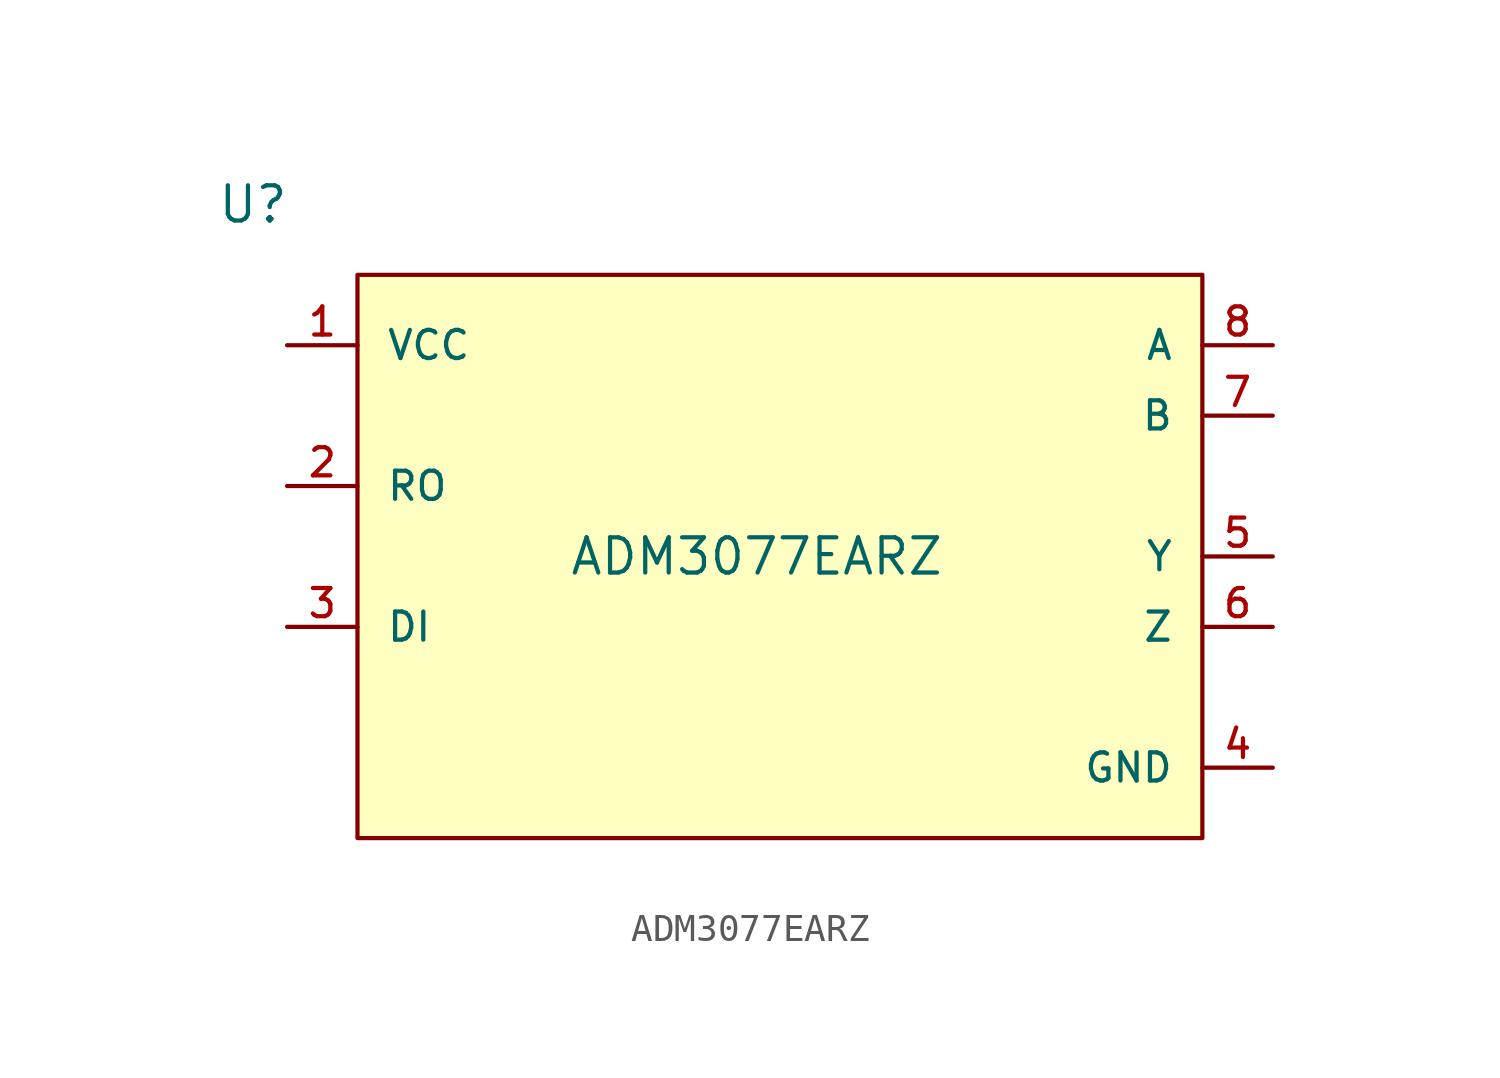
<source format=kicad_sym>
(kicad_symbol_lib
  (version 20211014)
  (generator kicad_symbol_editor)
  (symbol "ADM3077EARZ"
    (pin_names
      (offset 1.016))
    (property "Reference" "U"
      (at 0 5.08 0)
      (effects (font (size 1.27 1.27)) (justify left)))
    (property "Value" "ADM3077EARZ"
      (at 12.7 -7.62 0)
      (effects (font (size 1.27 1.27)) (justify left)))
    (property "ki_locked" ""
      (at 0 0 0)
      (effects (font (size 1.27 1.27))))
    (symbol "ADM3077EARZ_1_1"
      (rectangle (start 5.08 2.54) (end 35.56 -17.78) (stroke (width 0) (type default) (color 0 0 0 0)) (fill (type background)))
      (pin power_in line (at 2.54 0 0) (length 2.54) (name "VCC" (effects (font (size 1.016 1.016)))) (number "1" (effects (font (size 1.016 1.016)))))
      (pin output line (at 2.54 -5.08 0) (length 2.54) (name "RO" (effects (font (size 1.016 1.016)))) (number "2" (effects (font (size 1.016 1.016)))))
      (pin input line (at 2.54 -10.16 0) (length 2.54) (name "DI" (effects (font (size 1.016 1.016)))) (number "3" (effects (font (size 1.016 1.016)))))
      (pin power_in line (at 38.1 -15.24 180) (length 2.54) (name "GND" (effects (font (size 1.016 1.016)))) (number "4" (effects (font (size 1.016 1.016)))))
      (pin output line (at 38.1 -7.62 180) (length 2.54) (name "Y" (effects (font (size 1.016 1.016)))) (number "5" (effects (font (size 1.016 1.016)))))
      (pin output line (at 38.1 -10.16 180) (length 2.54) (name "Z" (effects (font (size 1.016 1.016)))) (number "6" (effects (font (size 1.016 1.016)))))
      (pin input line (at 38.1 -2.54 180) (length 2.54) (name "B" (effects (font (size 1.016 1.016)))) (number "7" (effects (font (size 1.016 1.016)))))
      (pin input line (at 38.1 0 180) (length 2.54) (name "A" (effects (font (size 1.016 1.016)))) (number "8" (effects (font (size 1.016 1.016))))))))
</source>
